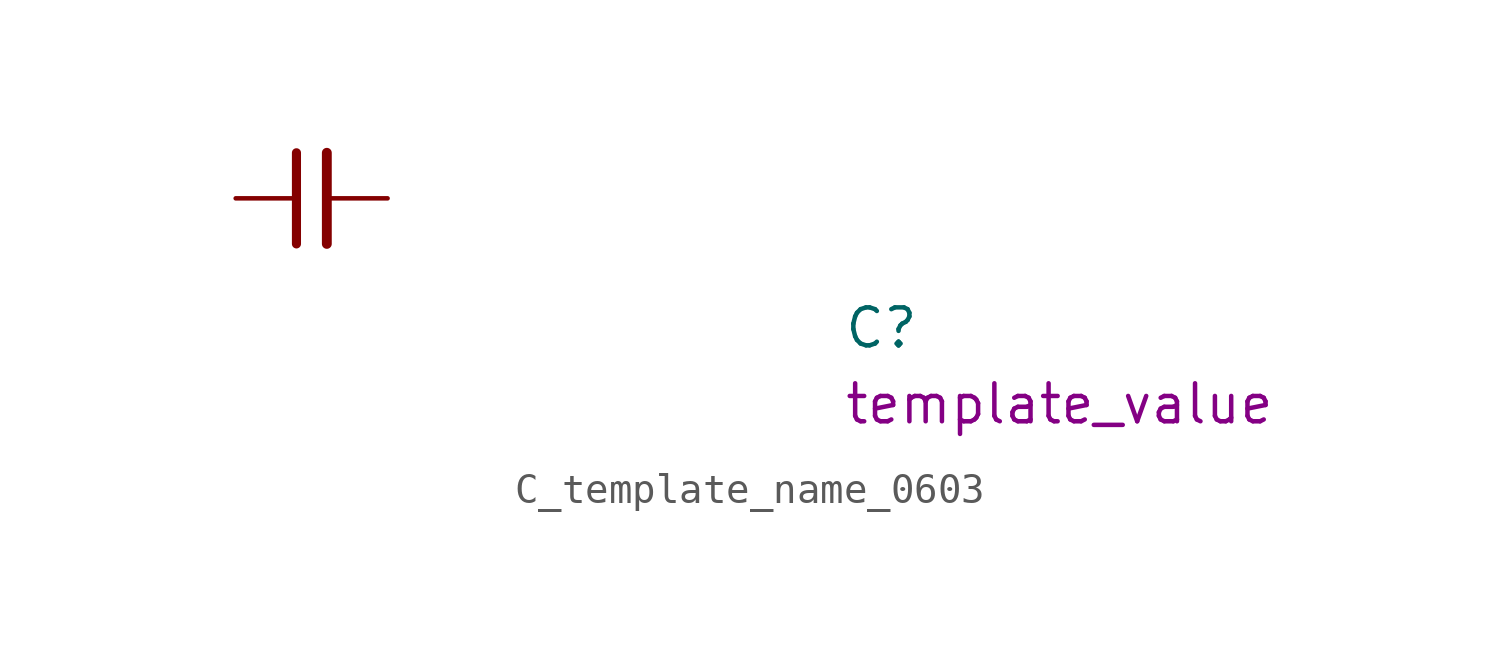
<source format=kicad_sym>
(kicad_symbol_lib
  (version 20220914)
  (generator kicad_symbol_editor)
  (symbol "C_template_name_0603"
    (pin_numbers hide)
    (pin_names hide)
    (property "Reference" "C"
      (at 20.32 -5.08 0)
      (effects (font (size 1.27 1.27) (thickness 0.15)) (justify left bottom)))
    (property "Val" "template_value"
      (at 20.32 -7.62 0)
      (effects (font (size 1.27 1.27) (thickness 0.15)) (justify left bottom)))
    (symbol "C_template_name_0603_0_1"
      (polyline (pts (xy 2.032 -1.524) (xy 2.032 1.524)) (stroke (width 0.305) (type default)) (fill (type none)))
      (polyline (pts (xy 3.048 -1.524) (xy 3.048 1.524)) (stroke (width 0.33) (type default)) (fill (type none))))
    (symbol "C_template_name_0603_1_1"
      (pin passive line (at 0 0 0) (length 2.032) (name "~" (effects (font (size 1.27 1.27)))) (number "1" (effects (font (size 1.27 1.27)))))
      (pin passive line (at 5.08 0 180) (length 2.032) (name "~" (effects (font (size 1.27 1.27)))) (number "2" (effects (font (size 1.27 1.27))))))))
</source>
